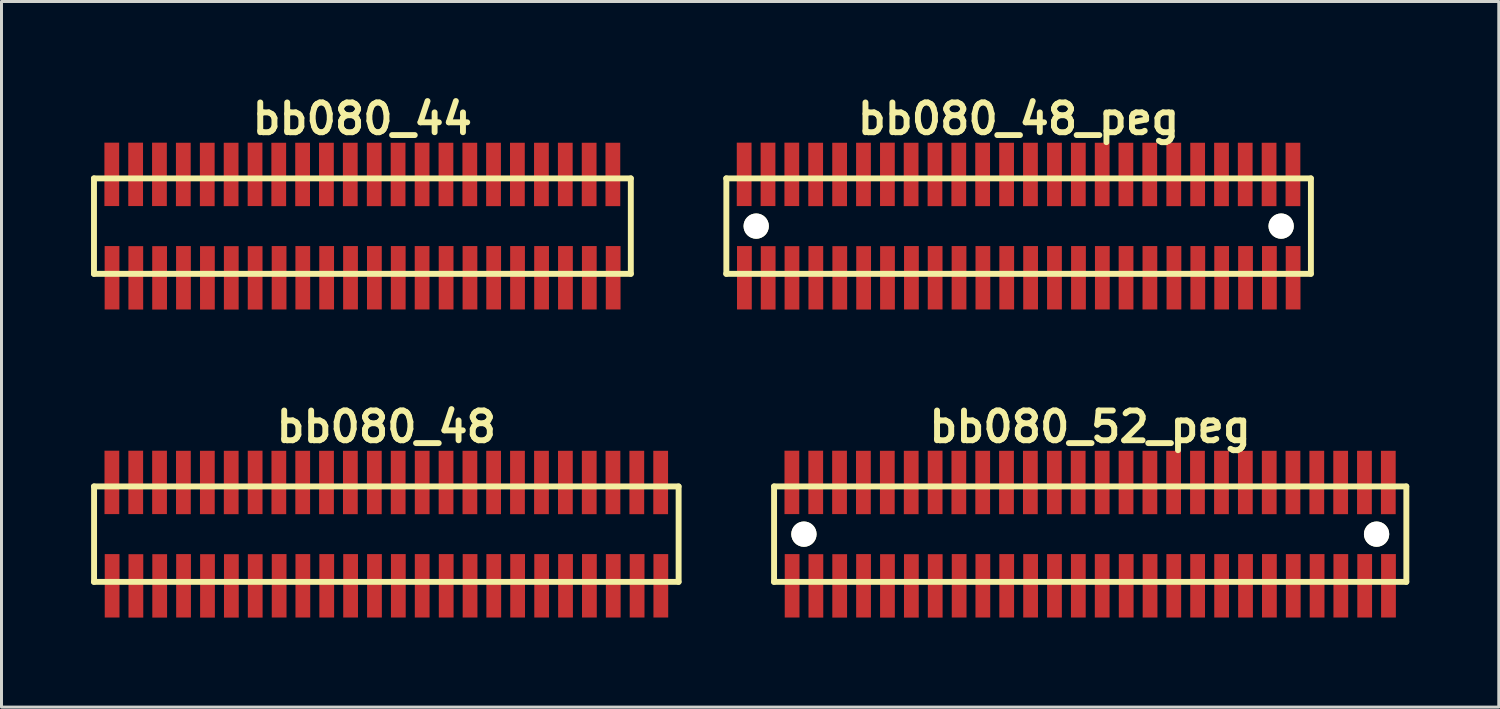
<source format=kicad_pcb>
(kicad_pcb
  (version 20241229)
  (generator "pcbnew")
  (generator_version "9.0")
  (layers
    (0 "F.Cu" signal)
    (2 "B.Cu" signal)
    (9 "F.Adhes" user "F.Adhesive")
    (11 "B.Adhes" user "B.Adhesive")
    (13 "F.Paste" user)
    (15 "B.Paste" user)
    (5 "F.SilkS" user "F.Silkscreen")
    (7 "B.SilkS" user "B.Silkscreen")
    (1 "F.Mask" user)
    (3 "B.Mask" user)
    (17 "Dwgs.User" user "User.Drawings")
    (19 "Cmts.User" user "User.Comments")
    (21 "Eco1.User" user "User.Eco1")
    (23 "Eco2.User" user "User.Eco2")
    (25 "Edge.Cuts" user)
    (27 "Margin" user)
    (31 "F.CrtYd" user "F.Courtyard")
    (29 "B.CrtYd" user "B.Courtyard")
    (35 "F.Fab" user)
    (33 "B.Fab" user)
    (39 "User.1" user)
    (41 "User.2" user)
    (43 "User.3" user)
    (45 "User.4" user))
  (footprint "bb080_52_peg"
    (layer "F.Cu")
    (at 33.5 14.859)
    (property "Reference" "bb080_52_peg" (at 0 -3.599 0) (layer "F.SilkS") (effects (font (size 0.998 0.998) (thickness 0.198))))
    (attr through_hole)
    (fp_line (start -10.599 1.6) (end 10.599 1.6) (stroke (width 0.198) (type solid)) (layer "F.SilkS"))
    (fp_line (start -10.597 -1.6) (end -10.597 1.6) (stroke (width 0.198) (type solid)) (layer "F.SilkS"))
    (fp_line (start 10.599 -1.6) (end -10.599 -1.6) (stroke (width 0.198) (type solid)) (layer "F.SilkS"))
    (fp_line (start 10.602 1.6) (end 10.602 -1.6) (stroke (width 0.198) (type solid)) (layer "F.SilkS"))
    (pad "" np_thru_hole circle (at -9.596 0) (size 0.848 0.848) (drill 0.848) (layers "*.Cu" "*.Mask" "F.SilkS"))
    (pad "" np_thru_hole circle (at 9.604 0) (size 0.848 0.848) (drill 0.848) (layers "*.Cu" "*.Mask" "F.SilkS"))
    (pad "1" smd rect (at -9.992 1.732) (size 0.495 2.126) (layers "F.Cu" "F.Mask" "F.Paste"))
    (pad "2" smd rect (at -10 -1.735) (size 0.495 2.126) (layers "F.Cu" "F.Mask" "F.Paste"))
    (pad "3" smd rect (at -9.195 1.735) (size 0.495 2.126) (layers "F.Cu" "F.Mask" "F.Paste"))
    (pad "4" smd rect (at -9.2 -1.735) (size 0.495 2.126) (layers "F.Cu" "F.Mask" "F.Paste"))
    (pad "5" smd rect (at -8.397 1.735) (size 0.495 2.126) (layers "F.Cu" "F.Mask" "F.Paste"))
    (pad "6" smd rect (at -8.402 -1.735) (size 0.495 2.126) (layers "F.Cu" "F.Mask" "F.Paste"))
    (pad "7" smd rect (at -7.597 1.732) (size 0.495 2.126) (layers "F.Cu" "F.Mask" "F.Paste"))
    (pad "8" smd rect (at -7.602 -1.732) (size 0.495 2.126) (layers "F.Cu" "F.Mask" "F.Paste"))
    (pad "9" smd rect (at -6.795 1.735) (size 0.495 2.126) (layers "F.Cu" "F.Mask" "F.Paste"))
    (pad "10" smd rect (at -6.8 -1.732) (size 0.495 2.126) (layers "F.Cu" "F.Mask" "F.Paste"))
    (pad "11" smd rect (at -5.994 1.735) (size 0.495 2.126) (layers "F.Cu" "F.Mask" "F.Paste"))
    (pad "12" smd rect (at -5.999 -1.732) (size 0.495 2.126) (layers "F.Cu" "F.Mask" "F.Paste"))
    (pad "13" smd rect (at -5.194 1.735) (size 0.495 2.126) (layers "F.Cu" "F.Mask" "F.Paste"))
    (pad "14" smd rect (at -5.197 -1.735) (size 0.495 2.126) (layers "F.Cu" "F.Mask" "F.Paste"))
    (pad "15" smd rect (at -4.392 1.732) (size 0.495 2.126) (layers "F.Cu" "F.Mask" "F.Paste"))
    (pad "16" smd rect (at -4.402 -1.732) (size 0.495 2.126) (layers "F.Cu" "F.Mask" "F.Paste"))
    (pad "17" smd rect (at -3.597 1.732) (size 0.495 2.126) (layers "F.Cu" "F.Mask" "F.Paste"))
    (pad "18" smd rect (at -3.602 -1.732) (size 0.495 2.126) (layers "F.Cu" "F.Mask" "F.Paste"))
    (pad "19" smd rect (at -2.797 1.732) (size 0.495 2.126) (layers "F.Cu" "F.Mask" "F.Paste"))
    (pad "20" smd rect (at -2.804 -1.732) (size 0.495 2.126) (layers "F.Cu" "F.Mask" "F.Paste"))
    (pad "21" smd rect (at -1.996 1.732) (size 0.495 2.126) (layers "F.Cu" "F.Mask" "F.Paste"))
    (pad "22" smd rect (at -2.004 -1.732) (size 0.495 2.126) (layers "F.Cu" "F.Mask" "F.Paste"))
    (pad "23" smd rect (at -1.196 1.732) (size 0.495 2.126) (layers "F.Cu" "F.Mask" "F.Paste"))
    (pad "24" smd rect (at -1.201 -1.732) (size 0.495 2.126) (layers "F.Cu" "F.Mask" "F.Paste"))
    (pad "25" smd rect (at -0.396 1.732) (size 0.495 2.126) (layers "F.Cu" "F.Mask" "F.Paste"))
    (pad "26" smd rect (at -0.401 -1.732) (size 0.495 2.126) (layers "F.Cu" "F.Mask" "F.Paste"))
    (pad "27" smd rect (at 0.404 1.732) (size 0.495 2.126) (layers "F.Cu" "F.Mask" "F.Paste"))
    (pad "28" smd rect (at 0.404 -1.732) (size 0.495 2.126) (layers "F.Cu" "F.Mask" "F.Paste"))
    (pad "29" smd rect (at 1.209 1.732) (size 0.495 2.126) (layers "F.Cu" "F.Mask" "F.Paste"))
    (pad "30" smd rect (at 1.204 -1.732) (size 0.495 2.126) (layers "F.Cu" "F.Mask" "F.Paste"))
    (pad "31" smd rect (at 2.009 1.732) (size 0.495 2.126) (layers "F.Cu" "F.Mask" "F.Paste"))
    (pad "32" smd rect (at 2.004 -1.732) (size 0.495 2.126) (layers "F.Cu" "F.Mask" "F.Paste"))
    (pad "33" smd rect (at 2.804 1.732) (size 0.495 2.126) (layers "F.Cu" "F.Mask" "F.Paste"))
    (pad "34" smd rect (at 2.799 -1.732) (size 0.495 2.126) (layers "F.Cu" "F.Mask" "F.Paste"))
    (pad "35" smd rect (at 3.604 1.732) (size 0.495 2.126) (layers "F.Cu" "F.Mask" "F.Paste"))
    (pad "36" smd rect (at 3.599 -1.732) (size 0.495 2.126) (layers "F.Cu" "F.Mask" "F.Paste"))
    (pad "37" smd rect (at 4.409 1.732) (size 0.495 2.126) (layers "F.Cu" "F.Mask" "F.Paste"))
    (pad "38" smd rect (at 4.404 -1.732) (size 0.495 2.126) (layers "F.Cu" "F.Mask" "F.Paste"))
    (pad "39" smd rect (at 5.21 1.732) (size 0.495 2.126) (layers "F.Cu" "F.Mask" "F.Paste"))
    (pad "40" smd rect (at 5.204 -1.732) (size 0.495 2.126) (layers "F.Cu" "F.Mask" "F.Paste"))
    (pad "41" smd rect (at 6.01 1.732) (size 0.495 2.126) (layers "F.Cu" "F.Mask" "F.Paste"))
    (pad "42" smd rect (at 6.005 -1.732) (size 0.495 2.126) (layers "F.Cu" "F.Mask" "F.Paste"))
    (pad "43" smd rect (at 6.81 1.732) (size 0.495 2.126) (layers "F.Cu" "F.Mask" "F.Paste"))
    (pad "44" smd rect (at 6.8 -1.732) (size 0.495 2.126) (layers "F.Cu" "F.Mask" "F.Paste"))
    (pad "45" smd rect (at 7.61 1.732) (size 0.495 2.126) (layers "F.Cu" "F.Mask" "F.Paste"))
    (pad "46" smd rect (at 7.6 -1.732) (size 0.495 2.126) (layers "F.Cu" "F.Mask" "F.Paste"))
    (pad "47" smd rect (at 8.405 1.732) (size 0.495 2.126) (layers "F.Cu" "F.Mask" "F.Paste"))
    (pad "48" smd rect (at 8.4 -1.732) (size 0.495 2.126) (layers "F.Cu" "F.Mask" "F.Paste"))
    (pad "49" smd rect (at 9.205 1.732) (size 0.495 2.126) (layers "F.Cu" "F.Mask" "F.Paste"))
    (pad "50" smd rect (at 9.197 -1.732) (size 0.495 2.126) (layers "F.Cu" "F.Mask" "F.Paste"))
    (pad "51" smd rect (at 10.003 1.732) (size 0.495 2.126) (layers "F.Cu" "F.Mask" "F.Paste"))
    (pad "52" smd rect (at 9.997 -1.732) (size 0.495 2.126) (layers "F.Cu" "F.Mask" "F.Paste")))
  (footprint "bb080_48"
    (layer "F.Cu")
    (at 9.901 14.859)
    (property "Reference" "bb080_48" (at 0 -3.599 0) (layer "F.SilkS") (effects (font (size 0.998 0.998) (thickness 0.198))))
    (attr through_hole)
    (fp_line (start -9.802 1.6) (end 9.799 1.6) (stroke (width 0.198) (type solid)) (layer "F.SilkS"))
    (fp_line (start -9.797 -1.6) (end -9.797 1.6) (stroke (width 0.198) (type solid)) (layer "F.SilkS"))
    (fp_line (start 9.799 -1.6) (end -9.802 -1.6) (stroke (width 0.198) (type solid)) (layer "F.SilkS"))
    (fp_line (start 9.802 1.6) (end 9.802 -1.6) (stroke (width 0.198) (type solid)) (layer "F.SilkS"))
    (pad "1" smd rect (at -9.192 1.732) (size 0.495 2.126) (layers "F.Cu" "F.Mask" "F.Paste"))
    (pad "2" smd rect (at -9.2 -1.735) (size 0.495 2.126) (layers "F.Cu" "F.Mask" "F.Paste"))
    (pad "3" smd rect (at -8.395 1.735) (size 0.495 2.126) (layers "F.Cu" "F.Mask" "F.Paste"))
    (pad "4" smd rect (at -8.4 -1.735) (size 0.495 2.126) (layers "F.Cu" "F.Mask" "F.Paste"))
    (pad "5" smd rect (at -7.597 1.735) (size 0.495 2.126) (layers "F.Cu" "F.Mask" "F.Paste"))
    (pad "6" smd rect (at -7.602 -1.735) (size 0.495 2.126) (layers "F.Cu" "F.Mask" "F.Paste"))
    (pad "7" smd rect (at -6.797 1.732) (size 0.495 2.126) (layers "F.Cu" "F.Mask" "F.Paste"))
    (pad "8" smd rect (at -6.802 -1.732) (size 0.495 2.126) (layers "F.Cu" "F.Mask" "F.Paste"))
    (pad "9" smd rect (at -5.994 1.735) (size 0.495 2.126) (layers "F.Cu" "F.Mask" "F.Paste"))
    (pad "10" smd rect (at -5.999 -1.732) (size 0.495 2.126) (layers "F.Cu" "F.Mask" "F.Paste"))
    (pad "11" smd rect (at -5.194 1.735) (size 0.495 2.126) (layers "F.Cu" "F.Mask" "F.Paste"))
    (pad "12" smd rect (at -5.199 -1.732) (size 0.495 2.126) (layers "F.Cu" "F.Mask" "F.Paste"))
    (pad "13" smd rect (at -4.394 1.735) (size 0.495 2.126) (layers "F.Cu" "F.Mask" "F.Paste"))
    (pad "14" smd rect (at -4.397 -1.735) (size 0.495 2.126) (layers "F.Cu" "F.Mask" "F.Paste"))
    (pad "15" smd rect (at -3.592 1.732) (size 0.495 2.126) (layers "F.Cu" "F.Mask" "F.Paste"))
    (pad "16" smd rect (at -3.602 -1.732) (size 0.495 2.126) (layers "F.Cu" "F.Mask" "F.Paste"))
    (pad "17" smd rect (at -2.797 1.732) (size 0.495 2.126) (layers "F.Cu" "F.Mask" "F.Paste"))
    (pad "18" smd rect (at -2.802 -1.732) (size 0.495 2.126) (layers "F.Cu" "F.Mask" "F.Paste"))
    (pad "19" smd rect (at -1.996 1.732) (size 0.495 2.126) (layers "F.Cu" "F.Mask" "F.Paste"))
    (pad "20" smd rect (at -2.004 -1.732) (size 0.495 2.126) (layers "F.Cu" "F.Mask" "F.Paste"))
    (pad "21" smd rect (at -1.196 1.732) (size 0.495 2.126) (layers "F.Cu" "F.Mask" "F.Paste"))
    (pad "22" smd rect (at -1.204 -1.732) (size 0.495 2.126) (layers "F.Cu" "F.Mask" "F.Paste"))
    (pad "23" smd rect (at -0.396 1.732) (size 0.495 2.126) (layers "F.Cu" "F.Mask" "F.Paste"))
    (pad "24" smd rect (at -0.401 -1.732) (size 0.495 2.126) (layers "F.Cu" "F.Mask" "F.Paste"))
    (pad "25" smd rect (at 0.404 1.732) (size 0.495 2.126) (layers "F.Cu" "F.Mask" "F.Paste"))
    (pad "26" smd rect (at 0.399 -1.732) (size 0.495 2.126) (layers "F.Cu" "F.Mask" "F.Paste"))
    (pad "27" smd rect (at 1.204 1.732) (size 0.495 2.126) (layers "F.Cu" "F.Mask" "F.Paste"))
    (pad "28" smd rect (at 1.204 -1.732) (size 0.495 2.126) (layers "F.Cu" "F.Mask" "F.Paste"))
    (pad "29" smd rect (at 2.009 1.732) (size 0.495 2.126) (layers "F.Cu" "F.Mask" "F.Paste"))
    (pad "30" smd rect (at 2.004 -1.732) (size 0.495 2.126) (layers "F.Cu" "F.Mask" "F.Paste"))
    (pad "31" smd rect (at 2.809 1.732) (size 0.495 2.126) (layers "F.Cu" "F.Mask" "F.Paste"))
    (pad "32" smd rect (at 2.804 -1.732) (size 0.495 2.126) (layers "F.Cu" "F.Mask" "F.Paste"))
    (pad "33" smd rect (at 3.604 1.732) (size 0.495 2.126) (layers "F.Cu" "F.Mask" "F.Paste"))
    (pad "34" smd rect (at 3.599 -1.732) (size 0.495 2.126) (layers "F.Cu" "F.Mask" "F.Paste"))
    (pad "35" smd rect (at 4.404 1.732) (size 0.495 2.126) (layers "F.Cu" "F.Mask" "F.Paste"))
    (pad "36" smd rect (at 4.399 -1.732) (size 0.495 2.126) (layers "F.Cu" "F.Mask" "F.Paste"))
    (pad "37" smd rect (at 5.21 1.732) (size 0.495 2.126) (layers "F.Cu" "F.Mask" "F.Paste"))
    (pad "38" smd rect (at 5.204 -1.732) (size 0.495 2.126) (layers "F.Cu" "F.Mask" "F.Paste"))
    (pad "39" smd rect (at 6.01 1.732) (size 0.495 2.126) (layers "F.Cu" "F.Mask" "F.Paste"))
    (pad "40" smd rect (at 6.005 -1.732) (size 0.495 2.126) (layers "F.Cu" "F.Mask" "F.Paste"))
    (pad "41" smd rect (at 6.81 1.732) (size 0.495 2.126) (layers "F.Cu" "F.Mask" "F.Paste"))
    (pad "42" smd rect (at 6.805 -1.732) (size 0.495 2.126) (layers "F.Cu" "F.Mask" "F.Paste"))
    (pad "43" smd rect (at 7.61 1.732) (size 0.495 2.126) (layers "F.Cu" "F.Mask" "F.Paste"))
    (pad "44" smd rect (at 7.6 -1.732) (size 0.495 2.126) (layers "F.Cu" "F.Mask" "F.Paste"))
    (pad "45" smd rect (at 8.41 1.732) (size 0.495 2.126) (layers "F.Cu" "F.Mask" "F.Paste"))
    (pad "46" smd rect (at 8.4 -1.732) (size 0.495 2.126) (layers "F.Cu" "F.Mask" "F.Paste"))
    (pad "47" smd rect (at 9.205 1.732) (size 0.495 2.126) (layers "F.Cu" "F.Mask" "F.Paste"))
    (pad "48" smd rect (at 9.2 -1.732) (size 0.495 2.126) (layers "F.Cu" "F.Mask" "F.Paste")))
  (footprint "bb080_44"
    (layer "F.Cu")
    (at 9.098 4.531)
    (property "Reference" "bb080_44" (at 0 -3.599 0) (layer "F.SilkS") (effects (font (size 0.998 0.998) (thickness 0.198))))
    (attr through_hole)
    (fp_line (start -8.999 -1.6) (end 9.002 -1.6) (stroke (width 0.198) (type solid)) (layer "F.SilkS"))
    (fp_line (start -8.997 -1.6) (end -8.997 1.6) (stroke (width 0.198) (type solid)) (layer "F.SilkS"))
    (fp_line (start 9.002 1.6) (end -8.999 1.6) (stroke (width 0.198) (type solid)) (layer "F.SilkS"))
    (fp_line (start 9.002 1.6) (end 9.002 -1.6) (stroke (width 0.198) (type solid)) (layer "F.SilkS"))
    (pad "1" smd rect (at -8.392 1.732) (size 0.495 2.126) (layers "F.Cu" "F.Mask" "F.Paste"))
    (pad "2" smd rect (at -8.4 -1.735) (size 0.495 2.126) (layers "F.Cu" "F.Mask" "F.Paste"))
    (pad "3" smd rect (at -7.595 1.735) (size 0.495 2.126) (layers "F.Cu" "F.Mask" "F.Paste"))
    (pad "4" smd rect (at -7.6 -1.735) (size 0.495 2.126) (layers "F.Cu" "F.Mask" "F.Paste"))
    (pad "5" smd rect (at -6.797 1.735) (size 0.495 2.126) (layers "F.Cu" "F.Mask" "F.Paste"))
    (pad "6" smd rect (at -6.802 -1.735) (size 0.495 2.126) (layers "F.Cu" "F.Mask" "F.Paste"))
    (pad "7" smd rect (at -5.997 1.732) (size 0.495 2.126) (layers "F.Cu" "F.Mask" "F.Paste"))
    (pad "8" smd rect (at -6.002 -1.732) (size 0.495 2.126) (layers "F.Cu" "F.Mask" "F.Paste"))
    (pad "9" smd rect (at -5.194 1.735) (size 0.495 2.126) (layers "F.Cu" "F.Mask" "F.Paste"))
    (pad "10" smd rect (at -5.199 -1.732) (size 0.495 2.126) (layers "F.Cu" "F.Mask" "F.Paste"))
    (pad "11" smd rect (at -4.394 1.735) (size 0.495 2.126) (layers "F.Cu" "F.Mask" "F.Paste"))
    (pad "12" smd rect (at -4.399 -1.732) (size 0.495 2.126) (layers "F.Cu" "F.Mask" "F.Paste"))
    (pad "13" smd rect (at -3.594 1.735) (size 0.495 2.126) (layers "F.Cu" "F.Mask" "F.Paste"))
    (pad "14" smd rect (at -3.597 -1.735) (size 0.495 2.126) (layers "F.Cu" "F.Mask" "F.Paste"))
    (pad "15" smd rect (at -2.791 1.732) (size 0.495 2.126) (layers "F.Cu" "F.Mask" "F.Paste"))
    (pad "16" smd rect (at -2.802 -1.732) (size 0.495 2.126) (layers "F.Cu" "F.Mask" "F.Paste"))
    (pad "17" smd rect (at -1.996 1.732) (size 0.495 2.126) (layers "F.Cu" "F.Mask" "F.Paste"))
    (pad "18" smd rect (at -2.002 -1.732) (size 0.495 2.126) (layers "F.Cu" "F.Mask" "F.Paste"))
    (pad "19" smd rect (at -1.196 1.732) (size 0.495 2.126) (layers "F.Cu" "F.Mask" "F.Paste"))
    (pad "20" smd rect (at -1.204 -1.732) (size 0.495 2.126) (layers "F.Cu" "F.Mask" "F.Paste"))
    (pad "21" smd rect (at -0.396 1.732) (size 0.495 2.126) (layers "F.Cu" "F.Mask" "F.Paste"))
    (pad "22" smd rect (at -0.404 -1.732) (size 0.495 2.126) (layers "F.Cu" "F.Mask" "F.Paste"))
    (pad "23" smd rect (at 0.404 1.732) (size 0.495 2.126) (layers "F.Cu" "F.Mask" "F.Paste"))
    (pad "24" smd rect (at 0.399 -1.732) (size 0.495 2.126) (layers "F.Cu" "F.Mask" "F.Paste"))
    (pad "25" smd rect (at 1.204 1.732) (size 0.495 2.126) (layers "F.Cu" "F.Mask" "F.Paste"))
    (pad "26" smd rect (at 1.199 -1.732) (size 0.495 2.126) (layers "F.Cu" "F.Mask" "F.Paste"))
    (pad "27" smd rect (at 2.004 1.732) (size 0.495 2.126) (layers "F.Cu" "F.Mask" "F.Paste"))
    (pad "28" smd rect (at 2.004 -1.732) (size 0.495 2.126) (layers "F.Cu" "F.Mask" "F.Paste"))
    (pad "29" smd rect (at 2.809 1.732) (size 0.495 2.126) (layers "F.Cu" "F.Mask" "F.Paste"))
    (pad "30" smd rect (at 2.804 -1.732) (size 0.495 2.126) (layers "F.Cu" "F.Mask" "F.Paste"))
    (pad "31" smd rect (at 3.609 1.732) (size 0.495 2.126) (layers "F.Cu" "F.Mask" "F.Paste"))
    (pad "32" smd rect (at 3.604 -1.732) (size 0.495 2.126) (layers "F.Cu" "F.Mask" "F.Paste"))
    (pad "33" smd rect (at 4.404 1.732) (size 0.495 2.126) (layers "F.Cu" "F.Mask" "F.Paste"))
    (pad "34" smd rect (at 4.399 -1.732) (size 0.495 2.126) (layers "F.Cu" "F.Mask" "F.Paste"))
    (pad "35" smd rect (at 5.204 1.732) (size 0.495 2.126) (layers "F.Cu" "F.Mask" "F.Paste"))
    (pad "36" smd rect (at 5.199 -1.732) (size 0.495 2.126) (layers "F.Cu" "F.Mask" "F.Paste"))
    (pad "37" smd rect (at 6.01 1.732) (size 0.495 2.126) (layers "F.Cu" "F.Mask" "F.Paste"))
    (pad "38" smd rect (at 6.005 -1.732) (size 0.495 2.126) (layers "F.Cu" "F.Mask" "F.Paste"))
    (pad "39" smd rect (at 6.81 1.732) (size 0.495 2.126) (layers "F.Cu" "F.Mask" "F.Paste"))
    (pad "40" smd rect (at 6.805 -1.732) (size 0.495 2.126) (layers "F.Cu" "F.Mask" "F.Paste"))
    (pad "41" smd rect (at 7.61 1.732) (size 0.495 2.126) (layers "F.Cu" "F.Mask" "F.Paste"))
    (pad "42" smd rect (at 7.605 -1.732) (size 0.495 2.126) (layers "F.Cu" "F.Mask" "F.Paste"))
    (pad "43" smd rect (at 8.41 1.732) (size 0.495 2.126) (layers "F.Cu" "F.Mask" "F.Paste"))
    (pad "44" smd rect (at 8.4 -1.732) (size 0.495 2.126) (layers "F.Cu" "F.Mask" "F.Paste")))
  (footprint "bb080_48_peg"
    (layer "F.Cu")
    (at 31.1 4.531)
    (property "Reference" "bb080_48_peg" (at 0 -3.599 0) (layer "F.SilkS") (effects (font (size 0.998 0.998) (thickness 0.198))))
    (attr through_hole)
    (fp_line (start -9.802 1.6) (end 9.799 1.6) (stroke (width 0.198) (type solid)) (layer "F.SilkS"))
    (fp_line (start -9.797 -1.6) (end -9.797 1.6) (stroke (width 0.198) (type solid)) (layer "F.SilkS"))
    (fp_line (start 9.799 -1.6) (end -9.802 -1.6) (stroke (width 0.198) (type solid)) (layer "F.SilkS"))
    (fp_line (start 9.802 1.6) (end 9.802 -1.6) (stroke (width 0.198) (type solid)) (layer "F.SilkS"))
    (pad "" np_thru_hole circle (at -8.796 0) (size 0.848 0.848) (drill 0.848) (layers "*.Cu" "*.Mask" "F.SilkS"))
    (pad "" np_thru_hole circle (at 8.804 0) (size 0.848 0.848) (drill 0.848) (layers "*.Cu" "*.Mask" "F.SilkS"))
    (pad "1" smd rect (at -9.192 1.732) (size 0.495 2.126) (layers "F.Cu" "F.Mask" "F.Paste"))
    (pad "2" smd rect (at -9.2 -1.735) (size 0.495 2.126) (layers "F.Cu" "F.Mask" "F.Paste"))
    (pad "3" smd rect (at -8.395 1.735) (size 0.495 2.126) (layers "F.Cu" "F.Mask" "F.Paste"))
    (pad "4" smd rect (at -8.4 -1.735) (size 0.495 2.126) (layers "F.Cu" "F.Mask" "F.Paste"))
    (pad "5" smd rect (at -7.597 1.735) (size 0.495 2.126) (layers "F.Cu" "F.Mask" "F.Paste"))
    (pad "6" smd rect (at -7.602 -1.735) (size 0.495 2.126) (layers "F.Cu" "F.Mask" "F.Paste"))
    (pad "7" smd rect (at -6.797 1.732) (size 0.495 2.126) (layers "F.Cu" "F.Mask" "F.Paste"))
    (pad "8" smd rect (at -6.802 -1.732) (size 0.495 2.126) (layers "F.Cu" "F.Mask" "F.Paste"))
    (pad "9" smd rect (at -5.994 1.735) (size 0.495 2.126) (layers "F.Cu" "F.Mask" "F.Paste"))
    (pad "10" smd rect (at -5.999 -1.732) (size 0.495 2.126) (layers "F.Cu" "F.Mask" "F.Paste"))
    (pad "11" smd rect (at -5.194 1.735) (size 0.495 2.126) (layers "F.Cu" "F.Mask" "F.Paste"))
    (pad "12" smd rect (at -5.199 -1.732) (size 0.495 2.126) (layers "F.Cu" "F.Mask" "F.Paste"))
    (pad "13" smd rect (at -4.394 1.735) (size 0.495 2.126) (layers "F.Cu" "F.Mask" "F.Paste"))
    (pad "14" smd rect (at -4.397 -1.735) (size 0.495 2.126) (layers "F.Cu" "F.Mask" "F.Paste"))
    (pad "15" smd rect (at -3.592 1.732) (size 0.495 2.126) (layers "F.Cu" "F.Mask" "F.Paste"))
    (pad "16" smd rect (at -3.602 -1.732) (size 0.495 2.126) (layers "F.Cu" "F.Mask" "F.Paste"))
    (pad "17" smd rect (at -2.797 1.732) (size 0.495 2.126) (layers "F.Cu" "F.Mask" "F.Paste"))
    (pad "18" smd rect (at -2.802 -1.732) (size 0.495 2.126) (layers "F.Cu" "F.Mask" "F.Paste"))
    (pad "19" smd rect (at -1.996 1.732) (size 0.495 2.126) (layers "F.Cu" "F.Mask" "F.Paste"))
    (pad "20" smd rect (at -2.004 -1.732) (size 0.495 2.126) (layers "F.Cu" "F.Mask" "F.Paste"))
    (pad "21" smd rect (at -1.196 1.732) (size 0.495 2.126) (layers "F.Cu" "F.Mask" "F.Paste"))
    (pad "22" smd rect (at -1.204 -1.732) (size 0.495 2.126) (layers "F.Cu" "F.Mask" "F.Paste"))
    (pad "23" smd rect (at -0.396 1.732) (size 0.495 2.126) (layers "F.Cu" "F.Mask" "F.Paste"))
    (pad "24" smd rect (at -0.401 -1.732) (size 0.495 2.126) (layers "F.Cu" "F.Mask" "F.Paste"))
    (pad "25" smd rect (at 0.404 1.732) (size 0.495 2.126) (layers "F.Cu" "F.Mask" "F.Paste"))
    (pad "26" smd rect (at 0.399 -1.732) (size 0.495 2.126) (layers "F.Cu" "F.Mask" "F.Paste"))
    (pad "27" smd rect (at 1.204 1.732) (size 0.495 2.126) (layers "F.Cu" "F.Mask" "F.Paste"))
    (pad "28" smd rect (at 1.204 -1.732) (size 0.495 2.126) (layers "F.Cu" "F.Mask" "F.Paste"))
    (pad "29" smd rect (at 2.009 1.732) (size 0.495 2.126) (layers "F.Cu" "F.Mask" "F.Paste"))
    (pad "30" smd rect (at 2.004 -1.732) (size 0.495 2.126) (layers "F.Cu" "F.Mask" "F.Paste"))
    (pad "31" smd rect (at 2.809 1.732) (size 0.495 2.126) (layers "F.Cu" "F.Mask" "F.Paste"))
    (pad "32" smd rect (at 2.804 -1.732) (size 0.495 2.126) (layers "F.Cu" "F.Mask" "F.Paste"))
    (pad "33" smd rect (at 3.604 1.732) (size 0.495 2.126) (layers "F.Cu" "F.Mask" "F.Paste"))
    (pad "34" smd rect (at 3.599 -1.732) (size 0.495 2.126) (layers "F.Cu" "F.Mask" "F.Paste"))
    (pad "35" smd rect (at 4.404 1.732) (size 0.495 2.126) (layers "F.Cu" "F.Mask" "F.Paste"))
    (pad "36" smd rect (at 4.399 -1.732) (size 0.495 2.126) (layers "F.Cu" "F.Mask" "F.Paste"))
    (pad "37" smd rect (at 5.21 1.732) (size 0.495 2.126) (layers "F.Cu" "F.Mask" "F.Paste"))
    (pad "38" smd rect (at 5.204 -1.732) (size 0.495 2.126) (layers "F.Cu" "F.Mask" "F.Paste"))
    (pad "39" smd rect (at 6.01 1.732) (size 0.495 2.126) (layers "F.Cu" "F.Mask" "F.Paste"))
    (pad "40" smd rect (at 6.005 -1.732) (size 0.495 2.126) (layers "F.Cu" "F.Mask" "F.Paste"))
    (pad "41" smd rect (at 6.81 1.732) (size 0.495 2.126) (layers "F.Cu" "F.Mask" "F.Paste"))
    (pad "42" smd rect (at 6.805 -1.732) (size 0.495 2.126) (layers "F.Cu" "F.Mask" "F.Paste"))
    (pad "43" smd rect (at 7.61 1.732) (size 0.495 2.126) (layers "F.Cu" "F.Mask" "F.Paste"))
    (pad "44" smd rect (at 7.6 -1.732) (size 0.495 2.126) (layers "F.Cu" "F.Mask" "F.Paste"))
    (pad "45" smd rect (at 8.41 1.732) (size 0.495 2.126) (layers "F.Cu" "F.Mask" "F.Paste"))
    (pad "46" smd rect (at 8.4 -1.732) (size 0.495 2.126) (layers "F.Cu" "F.Mask" "F.Paste"))
    (pad "47" smd rect (at 9.205 1.732) (size 0.495 2.126) (layers "F.Cu" "F.Mask" "F.Paste"))
    (pad "48" smd rect (at 9.2 -1.732) (size 0.495 2.126) (layers "F.Cu" "F.Mask" "F.Paste")))
  (gr_rect
    (start -3 -3)
    (end 47.201 20.657)
    (stroke (width 0.1) (type default))
    (fill no)
    (layer "Edge.Cuts")))
</source>
